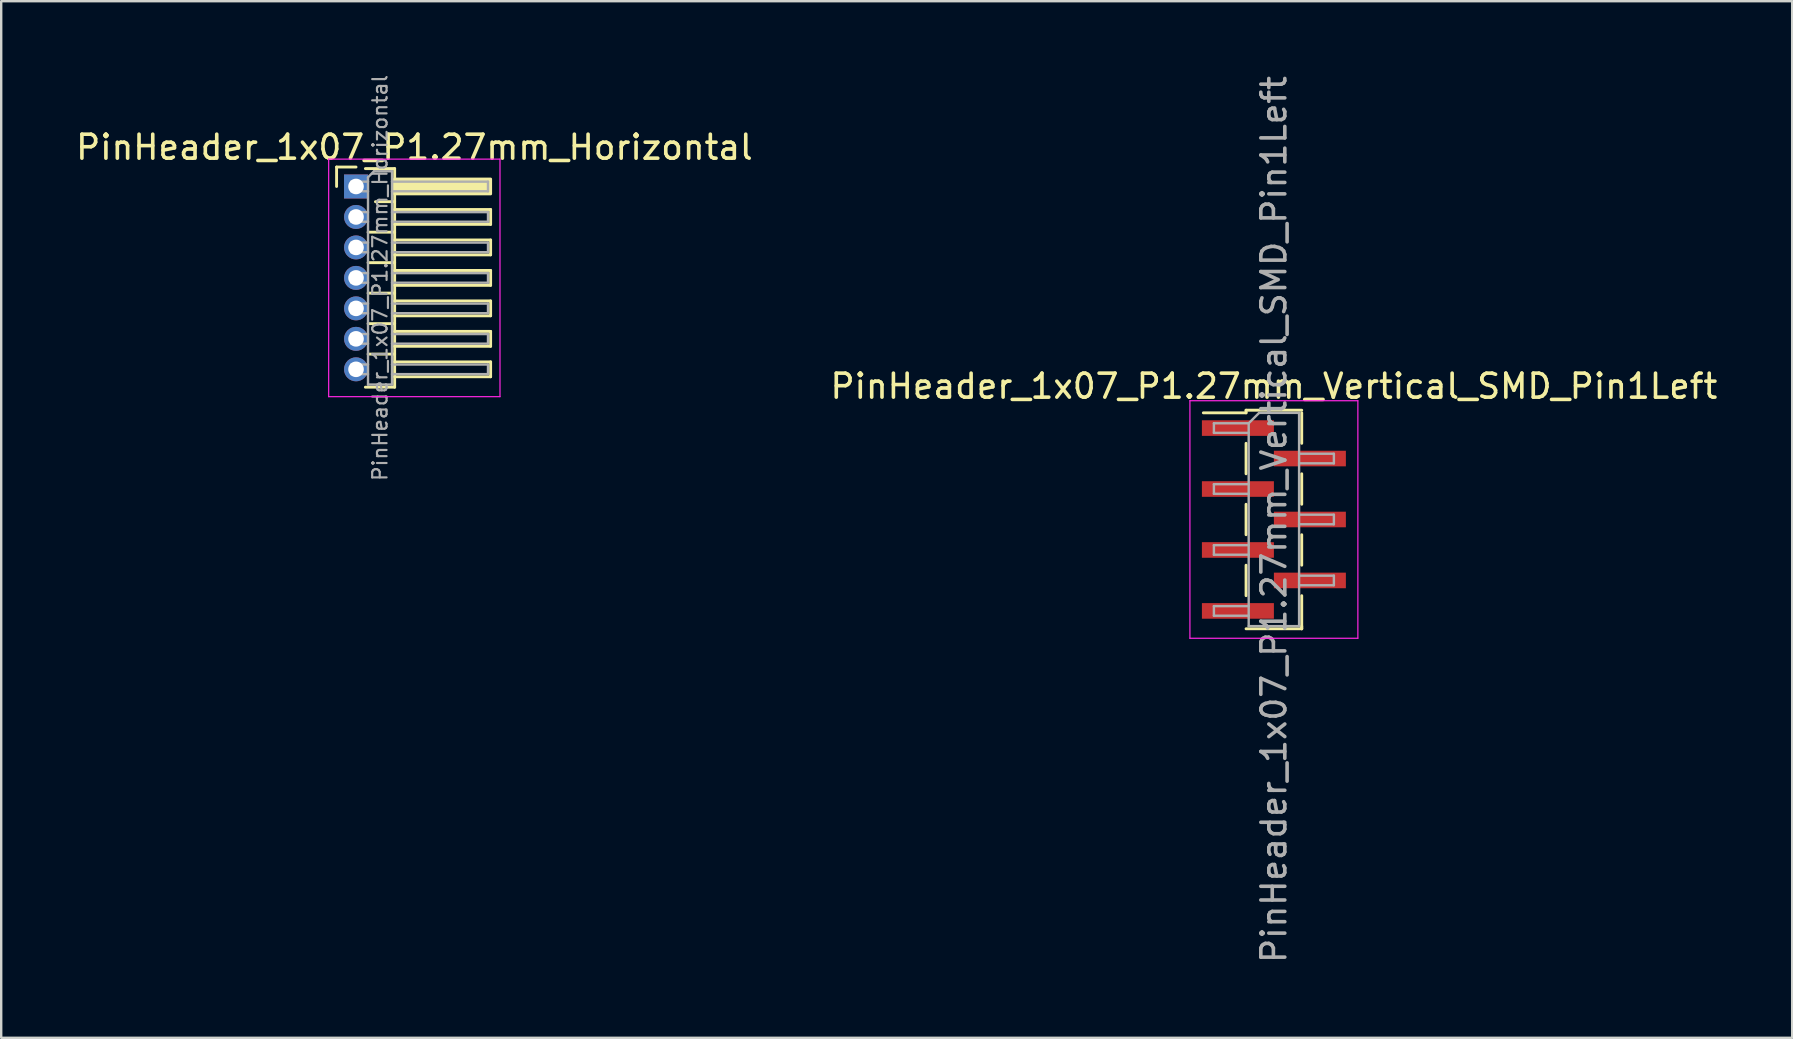
<source format=kicad_pcb>
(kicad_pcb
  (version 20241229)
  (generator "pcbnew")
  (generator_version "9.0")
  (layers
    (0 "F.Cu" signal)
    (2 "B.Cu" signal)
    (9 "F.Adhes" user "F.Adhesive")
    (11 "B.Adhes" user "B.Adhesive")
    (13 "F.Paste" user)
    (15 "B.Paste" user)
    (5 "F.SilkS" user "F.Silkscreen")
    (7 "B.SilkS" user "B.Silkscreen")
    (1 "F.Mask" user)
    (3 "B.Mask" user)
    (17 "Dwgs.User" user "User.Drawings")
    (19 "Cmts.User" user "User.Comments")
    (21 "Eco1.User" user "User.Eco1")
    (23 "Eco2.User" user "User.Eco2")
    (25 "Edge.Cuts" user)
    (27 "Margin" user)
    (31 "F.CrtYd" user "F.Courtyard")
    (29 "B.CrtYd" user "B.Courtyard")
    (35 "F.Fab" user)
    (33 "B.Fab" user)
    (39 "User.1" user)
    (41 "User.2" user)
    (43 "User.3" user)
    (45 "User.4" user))
  (footprint "PinHeader_1x07_P1.27mm_Vertical_SMD_Pin1Left"
    (layer "F.Cu")
    (at 50.042 18.601)
    (property "Reference" "PinHeader_1x07_P1.27mm_Vertical_SMD_Pin1Left" (at 0 -5.555 0) (layer "F.SilkS") (effects (font (size 1 1) (thickness 0.15))))
    (attr smd)
    (fp_line (start -1.16 -4.555) (end -1.16 -4.445) (stroke (width 0.12) (type solid)) (layer "F.SilkS"))
    (fp_line (start -1.16 -4.555) (end 1.16 -4.555) (stroke (width 0.12) (type solid)) (layer "F.SilkS"))
    (fp_line (start -1.16 -4.445) (end -2.94 -4.445) (stroke (width 0.12) (type solid)) (layer "F.SilkS"))
    (fp_line (start -1.16 -3.175) (end -1.16 -1.905) (stroke (width 0.12) (type solid)) (layer "F.SilkS"))
    (fp_line (start -1.16 -0.635) (end -1.16 0.635) (stroke (width 0.12) (type solid)) (layer "F.SilkS"))
    (fp_line (start -1.16 1.905) (end -1.16 3.175) (stroke (width 0.12) (type solid)) (layer "F.SilkS"))
    (fp_line (start -1.16 4.555) (end 1.16 4.555) (stroke (width 0.12) (type solid)) (layer "F.SilkS"))
    (fp_line (start 1.16 -4.445) (end 1.16 -3.175) (stroke (width 0.12) (type solid)) (layer "F.SilkS"))
    (fp_line (start 1.16 -1.905) (end 1.16 -0.635) (stroke (width 0.12) (type solid)) (layer "F.SilkS"))
    (fp_line (start 1.16 0.635) (end 1.16 1.905) (stroke (width 0.12) (type solid)) (layer "F.SilkS"))
    (fp_line (start 1.16 3.175) (end 1.16 4.555) (stroke (width 0.12) (type solid)) (layer "F.SilkS"))
    (fp_line (start 1.16 4.445) (end 1.16 4.555) (stroke (width 0.12) (type solid)) (layer "F.SilkS"))
    (fp_line (start -3.5 -4.95) (end -3.5 4.95) (stroke (width 0.05) (type solid)) (layer "F.CrtYd"))
    (fp_line (start -3.5 4.95) (end 3.5 4.95) (stroke (width 0.05) (type solid)) (layer "F.CrtYd"))
    (fp_line (start 3.5 -4.95) (end -3.5 -4.95) (stroke (width 0.05) (type solid)) (layer "F.CrtYd"))
    (fp_line (start 3.5 4.95) (end 3.5 -4.95) (stroke (width 0.05) (type solid)) (layer "F.CrtYd"))
    (fp_line (start -2.5 -4.01) (end -2.5 -3.61) (stroke (width 0.1) (type solid)) (layer "F.Fab"))
    (fp_line (start -2.5 -3.61) (end -1.05 -3.61) (stroke (width 0.1) (type solid)) (layer "F.Fab"))
    (fp_line (start -2.5 -1.47) (end -2.5 -1.07) (stroke (width 0.1) (type solid)) (layer "F.Fab"))
    (fp_line (start -2.5 -1.07) (end -1.05 -1.07) (stroke (width 0.1) (type solid)) (layer "F.Fab"))
    (fp_line (start -2.5 1.07) (end -2.5 1.47) (stroke (width 0.1) (type solid)) (layer "F.Fab"))
    (fp_line (start -2.5 1.47) (end -1.05 1.47) (stroke (width 0.1) (type solid)) (layer "F.Fab"))
    (fp_line (start -2.5 3.61) (end -2.5 4.01) (stroke (width 0.1) (type solid)) (layer "F.Fab"))
    (fp_line (start -2.5 4.01) (end -1.05 4.01) (stroke (width 0.1) (type solid)) (layer "F.Fab"))
    (fp_line (start -1.05 -4.01) (end -2.5 -4.01) (stroke (width 0.1) (type solid)) (layer "F.Fab"))
    (fp_line (start -1.05 -4.01) (end -0.615 -4.445) (stroke (width 0.1) (type solid)) (layer "F.Fab"))
    (fp_line (start -1.05 -1.47) (end -2.5 -1.47) (stroke (width 0.1) (type solid)) (layer "F.Fab"))
    (fp_line (start -1.05 1.07) (end -2.5 1.07) (stroke (width 0.1) (type solid)) (layer "F.Fab"))
    (fp_line (start -1.05 3.61) (end -2.5 3.61) (stroke (width 0.1) (type solid)) (layer "F.Fab"))
    (fp_line (start -1.05 4.445) (end -1.05 -4.01) (stroke (width 0.1) (type solid)) (layer "F.Fab"))
    (fp_line (start -0.615 -4.445) (end 1.05 -4.445) (stroke (width 0.1) (type solid)) (layer "F.Fab"))
    (fp_line (start 1.05 -4.445) (end 1.05 4.445) (stroke (width 0.1) (type solid)) (layer "F.Fab"))
    (fp_line (start 1.05 -2.74) (end 2.5 -2.74) (stroke (width 0.1) (type solid)) (layer "F.Fab"))
    (fp_line (start 1.05 -0.2) (end 2.5 -0.2) (stroke (width 0.1) (type solid)) (layer "F.Fab"))
    (fp_line (start 1.05 2.34) (end 2.5 2.34) (stroke (width 0.1) (type solid)) (layer "F.Fab"))
    (fp_line (start 1.05 4.445) (end -1.05 4.445) (stroke (width 0.1) (type solid)) (layer "F.Fab"))
    (fp_line (start 2.5 -2.74) (end 2.5 -2.34) (stroke (width 0.1) (type solid)) (layer "F.Fab"))
    (fp_line (start 2.5 -2.34) (end 1.05 -2.34) (stroke (width 0.1) (type solid)) (layer "F.Fab"))
    (fp_line (start 2.5 -0.2) (end 2.5 0.2) (stroke (width 0.1) (type solid)) (layer "F.Fab"))
    (fp_line (start 2.5 0.2) (end 1.05 0.2) (stroke (width 0.1) (type solid)) (layer "F.Fab"))
    (fp_line (start 2.5 2.34) (end 2.5 2.74) (stroke (width 0.1) (type solid)) (layer "F.Fab"))
    (fp_line (start 2.5 2.74) (end 1.05 2.74) (stroke (width 0.1) (type solid)) (layer "F.Fab"))
    (fp_text user "${REFERENCE}" (at 0 0 90) (layer "F.Fab") (effects (font (size 1 1) (thickness 0.15))))
    (pad "1" smd rect (at -1.5 -3.81) (size 3 0.65) (layers "F.Cu" "F.Mask" "F.Paste"))
    (pad "2" smd rect (at 1.5 -2.54) (size 3 0.65) (layers "F.Cu" "F.Mask" "F.Paste"))
    (pad "3" smd rect (at -1.5 -1.27) (size 3 0.65) (layers "F.Cu" "F.Mask" "F.Paste"))
    (pad "4" smd rect (at 1.5 0) (size 3 0.65) (layers "F.Cu" "F.Mask" "F.Paste"))
    (pad "5" smd rect (at -1.5 1.27) (size 3 0.65) (layers "F.Cu" "F.Mask" "F.Paste"))
    (pad "6" smd rect (at 1.5 2.54) (size 3 0.65) (layers "F.Cu" "F.Mask" "F.Paste"))
    (pad "7" smd rect (at -1.5 3.81) (size 3 0.65) (layers "F.Cu" "F.Mask" "F.Paste")))
  (footprint "PinHeader_1x07_P1.27mm_Horizontal"
    (layer "F.Cu")
    (at 11.788 4.722)
    (property "Reference" "PinHeader_1x07_P1.27mm_Horizontal" (at 2.433 -1.635 0) (layer "F.SilkS") (effects (font (size 1 1) (thickness 0.15))))
    (attr through_hole)
    (fp_line (start -0.81 -0.81) (end 0 -0.81) (stroke (width 0.12) (type solid)) (layer "F.SilkS"))
    (fp_line (start -0.81 0) (end -0.81 -0.81) (stroke (width 0.12) (type solid)) (layer "F.SilkS"))
    (fp_line (start 0.39 -0.745) (end 1.61 -0.745) (stroke (width 0.12) (type solid)) (layer "F.SilkS"))
    (fp_line (start 0.503 1.905) (end 1.61 1.905) (stroke (width 0.12) (type solid)) (layer "F.SilkS"))
    (fp_line (start 0.503 3.175) (end 1.61 3.175) (stroke (width 0.12) (type solid)) (layer "F.SilkS"))
    (fp_line (start 0.503 4.445) (end 1.61 4.445) (stroke (width 0.12) (type solid)) (layer "F.SilkS"))
    (fp_line (start 0.503 5.715) (end 1.61 5.715) (stroke (width 0.12) (type solid)) (layer "F.SilkS"))
    (fp_line (start 0.503 6.985) (end 1.61 6.985) (stroke (width 0.12) (type solid)) (layer "F.SilkS"))
    (fp_line (start 0.81 0.635) (end 1.61 0.635) (stroke (width 0.12) (type solid)) (layer "F.SilkS"))
    (fp_line (start 1.61 -0.745) (end 1.61 8.365) (stroke (width 0.12) (type solid)) (layer "F.SilkS"))
    (fp_line (start 1.61 0.96) (end 5.61 0.96) (stroke (width 0.12) (type solid)) (layer "F.SilkS"))
    (fp_line (start 1.61 2.23) (end 5.61 2.23) (stroke (width 0.12) (type solid)) (layer "F.SilkS"))
    (fp_line (start 1.61 3.5) (end 5.61 3.5) (stroke (width 0.12) (type solid)) (layer "F.SilkS"))
    (fp_line (start 1.61 4.77) (end 5.61 4.77) (stroke (width 0.12) (type solid)) (layer "F.SilkS"))
    (fp_line (start 1.61 6.04) (end 5.61 6.04) (stroke (width 0.12) (type solid)) (layer "F.SilkS"))
    (fp_line (start 1.61 7.31) (end 5.61 7.31) (stroke (width 0.12) (type solid)) (layer "F.SilkS"))
    (fp_line (start 1.61 8.365) (end 0.39 8.365) (stroke (width 0.12) (type solid)) (layer "F.SilkS"))
    (fp_line (start 5.61 0.96) (end 5.61 1.58) (stroke (width 0.12) (type solid)) (layer "F.SilkS"))
    (fp_line (start 5.61 1.58) (end 1.61 1.58) (stroke (width 0.12) (type solid)) (layer "F.SilkS"))
    (fp_line (start 5.61 2.23) (end 5.61 2.85) (stroke (width 0.12) (type solid)) (layer "F.SilkS"))
    (fp_line (start 5.61 2.85) (end 1.61 2.85) (stroke (width 0.12) (type solid)) (layer "F.SilkS"))
    (fp_line (start 5.61 3.5) (end 5.61 4.12) (stroke (width 0.12) (type solid)) (layer "F.SilkS"))
    (fp_line (start 5.61 4.12) (end 1.61 4.12) (stroke (width 0.12) (type solid)) (layer "F.SilkS"))
    (fp_line (start 5.61 4.77) (end 5.61 5.39) (stroke (width 0.12) (type solid)) (layer "F.SilkS"))
    (fp_line (start 5.61 5.39) (end 1.61 5.39) (stroke (width 0.12) (type solid)) (layer "F.SilkS"))
    (fp_line (start 5.61 6.04) (end 5.61 6.66) (stroke (width 0.12) (type solid)) (layer "F.SilkS"))
    (fp_line (start 5.61 6.66) (end 1.61 6.66) (stroke (width 0.12) (type solid)) (layer "F.SilkS"))
    (fp_line (start 5.61 7.31) (end 5.61 7.93) (stroke (width 0.12) (type solid)) (layer "F.SilkS"))
    (fp_line (start 5.61 7.93) (end 1.61 7.93) (stroke (width 0.12) (type solid)) (layer "F.SilkS"))
    (fp_rect (start 1.61 -0.31) (end 5.61 0.31) (stroke (width 0.12) (type solid)) (fill yes) (layer "F.SilkS"))
    (fp_line (start -1.14 -1.14) (end -1.14 8.76) (stroke (width 0.05) (type solid)) (layer "F.CrtYd"))
    (fp_line (start -1.14 8.76) (end 6 8.76) (stroke (width 0.05) (type solid)) (layer "F.CrtYd"))
    (fp_line (start 6 -1.14) (end -1.14 -1.14) (stroke (width 0.05) (type solid)) (layer "F.CrtYd"))
    (fp_line (start 6 8.76) (end 6 -1.14) (stroke (width 0.05) (type solid)) (layer "F.CrtYd"))
    (fp_line (start -0.2 -0.2) (end -0.2 0.2) (stroke (width 0.1) (type solid)) (layer "F.Fab"))
    (fp_line (start -0.2 -0.2) (end 0.5 -0.2) (stroke (width 0.1) (type solid)) (layer "F.Fab"))
    (fp_line (start -0.2 0.2) (end 0.5 0.2) (stroke (width 0.1) (type solid)) (layer "F.Fab"))
    (fp_line (start -0.2 1.07) (end -0.2 1.47) (stroke (width 0.1) (type solid)) (layer "F.Fab"))
    (fp_line (start -0.2 1.07) (end 0.5 1.07) (stroke (width 0.1) (type solid)) (layer "F.Fab"))
    (fp_line (start -0.2 1.47) (end 0.5 1.47) (stroke (width 0.1) (type solid)) (layer "F.Fab"))
    (fp_line (start -0.2 2.34) (end -0.2 2.74) (stroke (width 0.1) (type solid)) (layer "F.Fab"))
    (fp_line (start -0.2 2.34) (end 0.5 2.34) (stroke (width 0.1) (type solid)) (layer "F.Fab"))
    (fp_line (start -0.2 2.74) (end 0.5 2.74) (stroke (width 0.1) (type solid)) (layer "F.Fab"))
    (fp_line (start -0.2 3.61) (end -0.2 4.01) (stroke (width 0.1) (type solid)) (layer "F.Fab"))
    (fp_line (start -0.2 3.61) (end 0.5 3.61) (stroke (width 0.1) (type solid)) (layer "F.Fab"))
    (fp_line (start -0.2 4.01) (end 0.5 4.01) (stroke (width 0.1) (type solid)) (layer "F.Fab"))
    (fp_line (start -0.2 4.88) (end -0.2 5.28) (stroke (width 0.1) (type solid)) (layer "F.Fab"))
    (fp_line (start -0.2 4.88) (end 0.5 4.88) (stroke (width 0.1) (type solid)) (layer "F.Fab"))
    (fp_line (start -0.2 5.28) (end 0.5 5.28) (stroke (width 0.1) (type solid)) (layer "F.Fab"))
    (fp_line (start -0.2 6.15) (end -0.2 6.55) (stroke (width 0.1) (type solid)) (layer "F.Fab"))
    (fp_line (start -0.2 6.15) (end 0.5 6.15) (stroke (width 0.1) (type solid)) (layer "F.Fab"))
    (fp_line (start -0.2 6.55) (end 0.5 6.55) (stroke (width 0.1) (type solid)) (layer "F.Fab"))
    (fp_line (start -0.2 7.42) (end -0.2 7.82) (stroke (width 0.1) (type solid)) (layer "F.Fab"))
    (fp_line (start -0.2 7.42) (end 0.5 7.42) (stroke (width 0.1) (type solid)) (layer "F.Fab"))
    (fp_line (start -0.2 7.82) (end 0.5 7.82) (stroke (width 0.1) (type solid)) (layer "F.Fab"))
    (fp_line (start 0.5 -0.385) (end 0.75 -0.635) (stroke (width 0.1) (type solid)) (layer "F.Fab"))
    (fp_line (start 0.5 8.255) (end 0.5 -0.385) (stroke (width 0.1) (type solid)) (layer "F.Fab"))
    (fp_line (start 0.75 -0.635) (end 1.5 -0.635) (stroke (width 0.1) (type solid)) (layer "F.Fab"))
    (fp_line (start 1.5 -0.635) (end 1.5 8.255) (stroke (width 0.1) (type solid)) (layer "F.Fab"))
    (fp_line (start 1.5 -0.2) (end 5.5 -0.2) (stroke (width 0.1) (type solid)) (layer "F.Fab"))
    (fp_line (start 1.5 0.2) (end 5.5 0.2) (stroke (width 0.1) (type solid)) (layer "F.Fab"))
    (fp_line (start 1.5 1.07) (end 5.5 1.07) (stroke (width 0.1) (type solid)) (layer "F.Fab"))
    (fp_line (start 1.5 1.47) (end 5.5 1.47) (stroke (width 0.1) (type solid)) (layer "F.Fab"))
    (fp_line (start 1.5 2.34) (end 5.5 2.34) (stroke (width 0.1) (type solid)) (layer "F.Fab"))
    (fp_line (start 1.5 2.74) (end 5.5 2.74) (stroke (width 0.1) (type solid)) (layer "F.Fab"))
    (fp_line (start 1.5 3.61) (end 5.5 3.61) (stroke (width 0.1) (type solid)) (layer "F.Fab"))
    (fp_line (start 1.5 4.01) (end 5.5 4.01) (stroke (width 0.1) (type solid)) (layer "F.Fab"))
    (fp_line (start 1.5 4.88) (end 5.5 4.88) (stroke (width 0.1) (type solid)) (layer "F.Fab"))
    (fp_line (start 1.5 5.28) (end 5.5 5.28) (stroke (width 0.1) (type solid)) (layer "F.Fab"))
    (fp_line (start 1.5 6.15) (end 5.5 6.15) (stroke (width 0.1) (type solid)) (layer "F.Fab"))
    (fp_line (start 1.5 6.55) (end 5.5 6.55) (stroke (width 0.1) (type solid)) (layer "F.Fab"))
    (fp_line (start 1.5 7.42) (end 5.5 7.42) (stroke (width 0.1) (type solid)) (layer "F.Fab"))
    (fp_line (start 1.5 7.82) (end 5.5 7.82) (stroke (width 0.1) (type solid)) (layer "F.Fab"))
    (fp_line (start 1.5 8.255) (end 0.5 8.255) (stroke (width 0.1) (type solid)) (layer "F.Fab"))
    (fp_line (start 5.5 -0.2) (end 5.5 0.2) (stroke (width 0.1) (type solid)) (layer "F.Fab"))
    (fp_line (start 5.5 1.07) (end 5.5 1.47) (stroke (width 0.1) (type solid)) (layer "F.Fab"))
    (fp_line (start 5.5 2.34) (end 5.5 2.74) (stroke (width 0.1) (type solid)) (layer "F.Fab"))
    (fp_line (start 5.5 3.61) (end 5.5 4.01) (stroke (width 0.1) (type solid)) (layer "F.Fab"))
    (fp_line (start 5.5 4.88) (end 5.5 5.28) (stroke (width 0.1) (type solid)) (layer "F.Fab"))
    (fp_line (start 5.5 6.15) (end 5.5 6.55) (stroke (width 0.1) (type solid)) (layer "F.Fab"))
    (fp_line (start 5.5 7.42) (end 5.5 7.82) (stroke (width 0.1) (type solid)) (layer "F.Fab"))
    (fp_text user "${REFERENCE}" (at 1 3.81 90) (layer "F.Fab") (effects (font (size 0.6 0.6) (thickness 0.09))))
    (pad "1" thru_hole rect (at 0 0) (size 1 1) (drill 0.65) (layers "*.Cu" "*.Mask"))
    (pad "2" thru_hole circle (at 0 1.27) (size 1 1) (drill 0.65) (layers "*.Cu" "*.Mask"))
    (pad "3" thru_hole circle (at 0 2.54) (size 1 1) (drill 0.65) (layers "*.Cu" "*.Mask"))
    (pad "4" thru_hole circle (at 0 3.81) (size 1 1) (drill 0.65) (layers "*.Cu" "*.Mask"))
    (pad "5" thru_hole circle (at 0 5.08) (size 1 1) (drill 0.65) (layers "*.Cu" "*.Mask"))
    (pad "6" thru_hole circle (at 0 6.35) (size 1 1) (drill 0.65) (layers "*.Cu" "*.Mask"))
    (pad "7" thru_hole circle (at 0 7.62) (size 1 1) (drill 0.65) (layers "*.Cu" "*.Mask")))
  (gr_rect
    (start -3 -3)
    (end 71.643 40.202)
    (stroke (width 0.1) (type default))
    (fill no)
    (layer "Edge.Cuts")))
</source>
